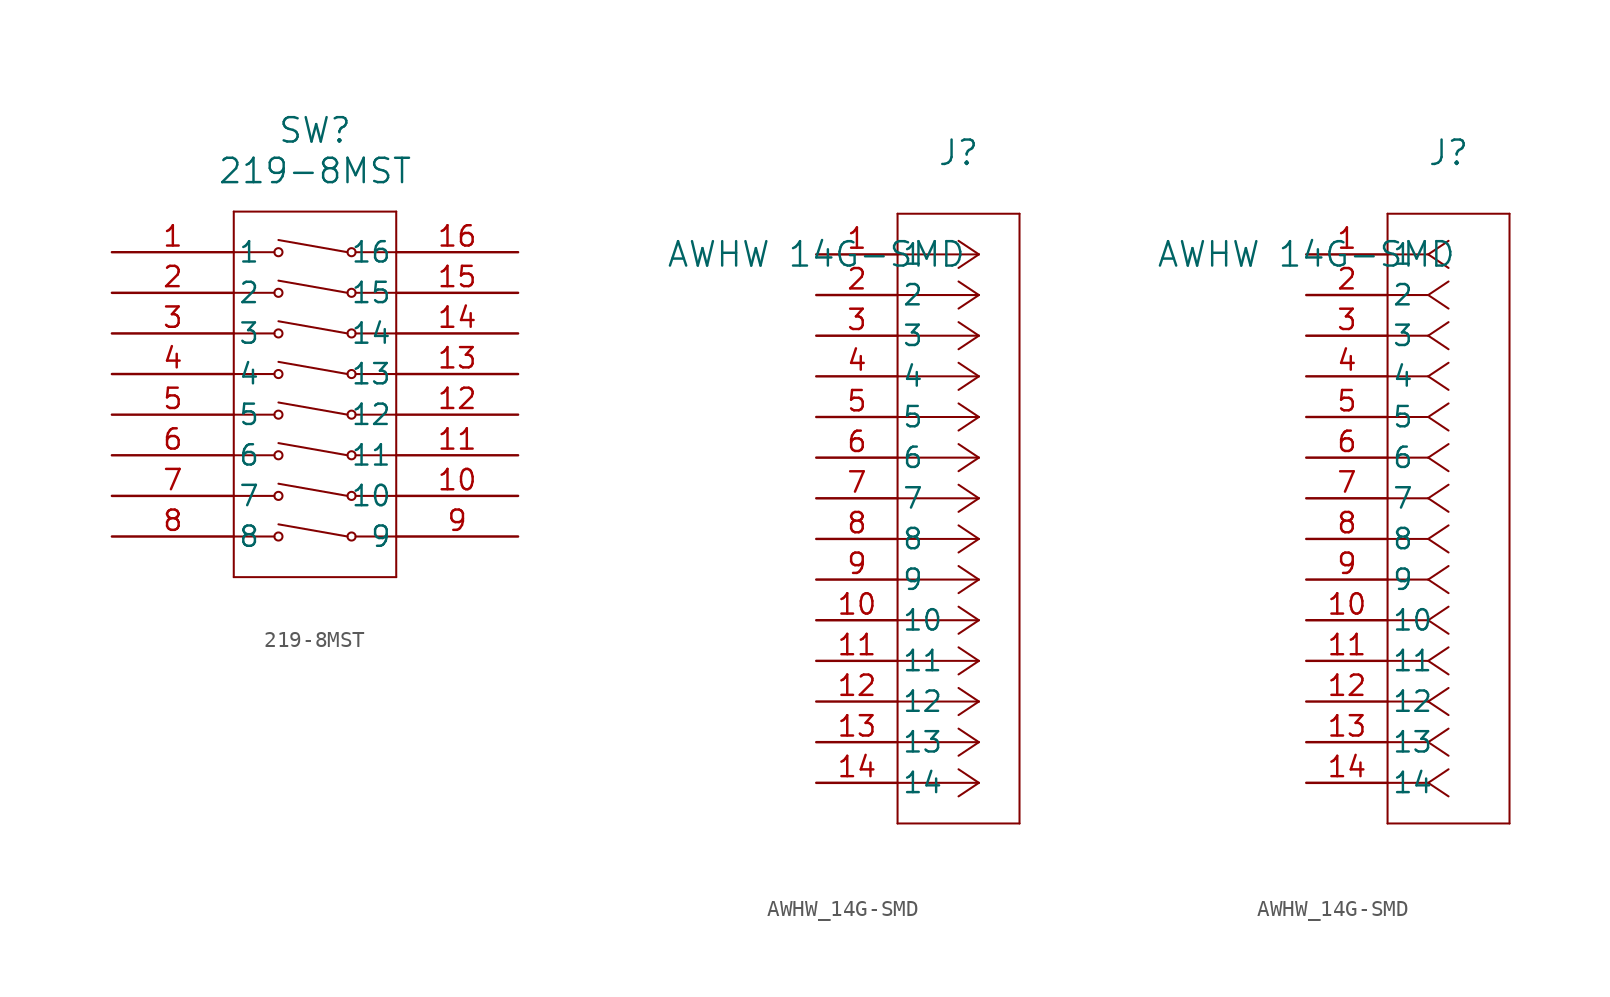
<source format=kicad_sym>
(kicad_symbol_lib
  (version 20241209)
  (generator "kicad_symbol_editor")
  (generator_version "9.0")
  (symbol "219-8MST"
    (pin_names
      (offset 0.254))
    (property "Reference" "SW"
      (at 12.7 7.62 0)
      (effects (font (size 1.524 1.524))))
    (property "Value" "219-8MST"
      (at 12.7 5.08 0)
      (effects (font (size 1.524 1.524))))
    (property "ki_locked" ""
      (at 0 0 0)
      (effects (font (size 1.27 1.27))))
    (symbol "219-8MST_0_1"
      (polyline (pts (xy 7.62 2.54) (xy 7.62 -20.32)) (stroke (width 0.127) (type default)) (fill (type none)))
      (polyline (pts (xy 7.62 0) (xy 10.16 0)) (stroke (width 0.127) (type default)) (fill (type none)))
      (polyline (pts (xy 7.62 -2.54) (xy 10.16 -2.54)) (stroke (width 0.127) (type default)) (fill (type none)))
      (polyline (pts (xy 7.62 -5.08) (xy 10.16 -5.08)) (stroke (width 0.127) (type default)) (fill (type none)))
      (polyline (pts (xy 7.62 -7.62) (xy 10.16 -7.62)) (stroke (width 0.127) (type default)) (fill (type none)))
      (polyline (pts (xy 7.62 -10.16) (xy 10.16 -10.16)) (stroke (width 0.127) (type default)) (fill (type none)))
      (polyline (pts (xy 7.62 -12.7) (xy 10.16 -12.7)) (stroke (width 0.127) (type default)) (fill (type none)))
      (polyline (pts (xy 7.62 -15.24) (xy 10.16 -15.24)) (stroke (width 0.127) (type default)) (fill (type none)))
      (polyline (pts (xy 7.62 -17.78) (xy 10.16 -17.78)) (stroke (width 0.127) (type default)) (fill (type none)))
      (polyline (pts (xy 7.62 -20.32) (xy 17.78 -20.32)) (stroke (width 0.127) (type default)) (fill (type none)))
      (circle (center 10.414 0) (radius 0.254) (stroke (width 0.127) (type default)) (fill (type none)))
      (circle (center 10.414 -2.54) (radius 0.254) (stroke (width 0.127) (type default)) (fill (type none)))
      (circle (center 10.414 -5.08) (radius 0.254) (stroke (width 0.127) (type default)) (fill (type none)))
      (circle (center 10.414 -7.62) (radius 0.254) (stroke (width 0.127) (type default)) (fill (type none)))
      (circle (center 10.414 -10.16) (radius 0.254) (stroke (width 0.127) (type default)) (fill (type none)))
      (circle (center 10.414 -12.7) (radius 0.254) (stroke (width 0.127) (type default)) (fill (type none)))
      (circle (center 10.414 -15.24) (radius 0.254) (stroke (width 0.127) (type default)) (fill (type none)))
      (circle (center 10.414 -17.78) (radius 0.254) (stroke (width 0.127) (type default)) (fill (type none)))
      (polyline (pts (xy 14.732 0) (xy 10.414 0.762)) (stroke (width 0.127) (type default)) (fill (type none)))
      (polyline (pts (xy 14.732 -2.54) (xy 10.414 -1.778)) (stroke (width 0.127) (type default)) (fill (type none)))
      (polyline (pts (xy 14.732 -5.08) (xy 10.414 -4.318)) (stroke (width 0.127) (type default)) (fill (type none)))
      (polyline (pts (xy 14.732 -7.62) (xy 10.414 -6.858)) (stroke (width 0.127) (type default)) (fill (type none)))
      (polyline (pts (xy 14.732 -10.16) (xy 10.414 -9.398)) (stroke (width 0.127) (type default)) (fill (type none)))
      (polyline (pts (xy 14.732 -12.7) (xy 10.414 -11.938)) (stroke (width 0.127) (type default)) (fill (type none)))
      (polyline (pts (xy 14.732 -15.24) (xy 10.414 -14.478)) (stroke (width 0.127) (type default)) (fill (type none)))
      (polyline (pts (xy 14.732 -17.78) (xy 10.414 -17.018)) (stroke (width 0.127) (type default)) (fill (type none)))
      (circle (center 14.986 0) (radius 0.254) (stroke (width 0.127) (type default)) (fill (type none)))
      (circle (center 14.986 -2.54) (radius 0.254) (stroke (width 0.127) (type default)) (fill (type none)))
      (circle (center 14.986 -5.08) (radius 0.254) (stroke (width 0.127) (type default)) (fill (type none)))
      (circle (center 14.986 -7.62) (radius 0.254) (stroke (width 0.127) (type default)) (fill (type none)))
      (circle (center 14.986 -10.16) (radius 0.254) (stroke (width 0.127) (type default)) (fill (type none)))
      (circle (center 14.986 -12.7) (radius 0.254) (stroke (width 0.127) (type default)) (fill (type none)))
      (circle (center 14.986 -15.24) (radius 0.254) (stroke (width 0.127) (type default)) (fill (type none)))
      (circle (center 14.986 -17.78) (radius 0.254) (stroke (width 0.127) (type default)) (fill (type none)))
      (polyline (pts (xy 15.24 0) (xy 17.78 0)) (stroke (width 0.127) (type default)) (fill (type none)))
      (polyline (pts (xy 15.24 -2.54) (xy 17.78 -2.54)) (stroke (width 0.127) (type default)) (fill (type none)))
      (polyline (pts (xy 15.24 -5.08) (xy 17.78 -5.08)) (stroke (width 0.127) (type default)) (fill (type none)))
      (polyline (pts (xy 15.24 -7.62) (xy 17.78 -7.62)) (stroke (width 0.127) (type default)) (fill (type none)))
      (polyline (pts (xy 15.24 -10.16) (xy 17.78 -10.16)) (stroke (width 0.127) (type default)) (fill (type none)))
      (polyline (pts (xy 15.24 -12.7) (xy 17.78 -12.7)) (stroke (width 0.127) (type default)) (fill (type none)))
      (polyline (pts (xy 15.24 -15.24) (xy 17.78 -15.24)) (stroke (width 0.127) (type default)) (fill (type none)))
      (polyline (pts (xy 15.24 -17.78) (xy 17.78 -17.78)) (stroke (width 0.127) (type default)) (fill (type none)))
      (polyline (pts (xy 17.78 2.54) (xy 7.62 2.54)) (stroke (width 0.127) (type default)) (fill (type none)))
      (polyline (pts (xy 17.78 -20.32) (xy 17.78 2.54)) (stroke (width 0.127) (type default)) (fill (type none)))
      (pin unspecified line (at 0 0 0) (length 7.62) (name "1" (effects (font (size 1.27 1.27)))) (number "1" (effects (font (size 1.27 1.27)))))
      (pin unspecified line (at 0 -2.54 0) (length 7.62) (name "2" (effects (font (size 1.27 1.27)))) (number "2" (effects (font (size 1.27 1.27)))))
      (pin unspecified line (at 0 -5.08 0) (length 7.62) (name "3" (effects (font (size 1.27 1.27)))) (number "3" (effects (font (size 1.27 1.27)))))
      (pin unspecified line (at 0 -7.62 0) (length 7.62) (name "4" (effects (font (size 1.27 1.27)))) (number "4" (effects (font (size 1.27 1.27)))))
      (pin unspecified line (at 0 -10.16 0) (length 7.62) (name "5" (effects (font (size 1.27 1.27)))) (number "5" (effects (font (size 1.27 1.27)))))
      (pin unspecified line (at 0 -12.7 0) (length 7.62) (name "6" (effects (font (size 1.27 1.27)))) (number "6" (effects (font (size 1.27 1.27)))))
      (pin unspecified line (at 0 -15.24 0) (length 7.62) (name "7" (effects (font (size 1.27 1.27)))) (number "7" (effects (font (size 1.27 1.27)))))
      (pin unspecified line (at 0 -17.78 0) (length 7.62) (name "8" (effects (font (size 1.27 1.27)))) (number "8" (effects (font (size 1.27 1.27)))))
      (pin unspecified line (at 25.4 0 180) (length 7.62) (name "16" (effects (font (size 1.27 1.27)))) (number "16" (effects (font (size 1.27 1.27)))))
      (pin unspecified line (at 25.4 -2.54 180) (length 7.62) (name "15" (effects (font (size 1.27 1.27)))) (number "15" (effects (font (size 1.27 1.27)))))
      (pin unspecified line (at 25.4 -5.08 180) (length 7.62) (name "14" (effects (font (size 1.27 1.27)))) (number "14" (effects (font (size 1.27 1.27)))))
      (pin unspecified line (at 25.4 -7.62 180) (length 7.62) (name "13" (effects (font (size 1.27 1.27)))) (number "13" (effects (font (size 1.27 1.27)))))
      (pin unspecified line (at 25.4 -10.16 180) (length 7.62) (name "12" (effects (font (size 1.27 1.27)))) (number "12" (effects (font (size 1.27 1.27)))))
      (pin unspecified line (at 25.4 -12.7 180) (length 7.62) (name "11" (effects (font (size 1.27 1.27)))) (number "11" (effects (font (size 1.27 1.27)))))
      (pin unspecified line (at 25.4 -15.24 180) (length 7.62) (name "10" (effects (font (size 1.27 1.27)))) (number "10" (effects (font (size 1.27 1.27)))))
      (pin unspecified line (at 25.4 -17.78 180) (length 7.62) (name "9" (effects (font (size 1.27 1.27)))) (number "9" (effects (font (size 1.27 1.27)))))))
  (symbol "AWHW_14G-SMD"
    (pin_names
      (offset 0.254))
    (property "Reference" "J"
      (at 8.89 6.35 0)
      (effects (font (size 1.524 1.524))))
    (property "Value" "AWHW 14G-SMD"
      (at 0 0 0)
      (effects (font (size 1.524 1.524))))
    (property "ki_locked" ""
      (at 0 0 0)
      (effects (font (size 1.27 1.27))))
    (symbol "AWHW_14G-SMD_1_1"
      (polyline (pts (xy 5.08 2.54) (xy 5.08 -35.56)) (stroke (width 0.127) (type default)) (fill (type none)))
      (polyline (pts (xy 5.08 -35.56) (xy 12.7 -35.56)) (stroke (width 0.127) (type default)) (fill (type none)))
      (polyline (pts (xy 10.16 0) (xy 5.08 0)) (stroke (width 0.127) (type default)) (fill (type none)))
      (polyline (pts (xy 10.16 0) (xy 8.89 0.847)) (stroke (width 0.127) (type default)) (fill (type none)))
      (polyline (pts (xy 10.16 0) (xy 8.89 -0.847)) (stroke (width 0.127) (type default)) (fill (type none)))
      (polyline (pts (xy 10.16 -2.54) (xy 5.08 -2.54)) (stroke (width 0.127) (type default)) (fill (type none)))
      (polyline (pts (xy 10.16 -2.54) (xy 8.89 -1.693)) (stroke (width 0.127) (type default)) (fill (type none)))
      (polyline (pts (xy 10.16 -2.54) (xy 8.89 -3.387)) (stroke (width 0.127) (type default)) (fill (type none)))
      (polyline (pts (xy 10.16 -5.08) (xy 5.08 -5.08)) (stroke (width 0.127) (type default)) (fill (type none)))
      (polyline (pts (xy 10.16 -5.08) (xy 8.89 -4.233)) (stroke (width 0.127) (type default)) (fill (type none)))
      (polyline (pts (xy 10.16 -5.08) (xy 8.89 -5.927)) (stroke (width 0.127) (type default)) (fill (type none)))
      (polyline (pts (xy 10.16 -7.62) (xy 5.08 -7.62)) (stroke (width 0.127) (type default)) (fill (type none)))
      (polyline (pts (xy 10.16 -7.62) (xy 8.89 -6.773)) (stroke (width 0.127) (type default)) (fill (type none)))
      (polyline (pts (xy 10.16 -7.62) (xy 8.89 -8.467)) (stroke (width 0.127) (type default)) (fill (type none)))
      (polyline (pts (xy 10.16 -10.16) (xy 5.08 -10.16)) (stroke (width 0.127) (type default)) (fill (type none)))
      (polyline (pts (xy 10.16 -10.16) (xy 8.89 -9.313)) (stroke (width 0.127) (type default)) (fill (type none)))
      (polyline (pts (xy 10.16 -10.16) (xy 8.89 -11.007)) (stroke (width 0.127) (type default)) (fill (type none)))
      (polyline (pts (xy 10.16 -12.7) (xy 5.08 -12.7)) (stroke (width 0.127) (type default)) (fill (type none)))
      (polyline (pts (xy 10.16 -12.7) (xy 8.89 -11.853)) (stroke (width 0.127) (type default)) (fill (type none)))
      (polyline (pts (xy 10.16 -12.7) (xy 8.89 -13.547)) (stroke (width 0.127) (type default)) (fill (type none)))
      (polyline (pts (xy 10.16 -15.24) (xy 5.08 -15.24)) (stroke (width 0.127) (type default)) (fill (type none)))
      (polyline (pts (xy 10.16 -15.24) (xy 8.89 -14.393)) (stroke (width 0.127) (type default)) (fill (type none)))
      (polyline (pts (xy 10.16 -15.24) (xy 8.89 -16.087)) (stroke (width 0.127) (type default)) (fill (type none)))
      (polyline (pts (xy 10.16 -17.78) (xy 5.08 -17.78)) (stroke (width 0.127) (type default)) (fill (type none)))
      (polyline (pts (xy 10.16 -17.78) (xy 8.89 -16.933)) (stroke (width 0.127) (type default)) (fill (type none)))
      (polyline (pts (xy 10.16 -17.78) (xy 8.89 -18.627)) (stroke (width 0.127) (type default)) (fill (type none)))
      (polyline (pts (xy 10.16 -20.32) (xy 5.08 -20.32)) (stroke (width 0.127) (type default)) (fill (type none)))
      (polyline (pts (xy 10.16 -20.32) (xy 8.89 -19.473)) (stroke (width 0.127) (type default)) (fill (type none)))
      (polyline (pts (xy 10.16 -20.32) (xy 8.89 -21.167)) (stroke (width 0.127) (type default)) (fill (type none)))
      (polyline (pts (xy 10.16 -22.86) (xy 5.08 -22.86)) (stroke (width 0.127) (type default)) (fill (type none)))
      (polyline (pts (xy 10.16 -22.86) (xy 8.89 -22.013)) (stroke (width 0.127) (type default)) (fill (type none)))
      (polyline (pts (xy 10.16 -22.86) (xy 8.89 -23.707)) (stroke (width 0.127) (type default)) (fill (type none)))
      (polyline (pts (xy 10.16 -25.4) (xy 5.08 -25.4)) (stroke (width 0.127) (type default)) (fill (type none)))
      (polyline (pts (xy 10.16 -25.4) (xy 8.89 -24.553)) (stroke (width 0.127) (type default)) (fill (type none)))
      (polyline (pts (xy 10.16 -25.4) (xy 8.89 -26.247)) (stroke (width 0.127) (type default)) (fill (type none)))
      (polyline (pts (xy 10.16 -27.94) (xy 5.08 -27.94)) (stroke (width 0.127) (type default)) (fill (type none)))
      (polyline (pts (xy 10.16 -27.94) (xy 8.89 -27.093)) (stroke (width 0.127) (type default)) (fill (type none)))
      (polyline (pts (xy 10.16 -27.94) (xy 8.89 -28.787)) (stroke (width 0.127) (type default)) (fill (type none)))
      (polyline (pts (xy 10.16 -30.48) (xy 5.08 -30.48)) (stroke (width 0.127) (type default)) (fill (type none)))
      (polyline (pts (xy 10.16 -30.48) (xy 8.89 -29.633)) (stroke (width 0.127) (type default)) (fill (type none)))
      (polyline (pts (xy 10.16 -30.48) (xy 8.89 -31.327)) (stroke (width 0.127) (type default)) (fill (type none)))
      (polyline (pts (xy 10.16 -33.02) (xy 5.08 -33.02)) (stroke (width 0.127) (type default)) (fill (type none)))
      (polyline (pts (xy 10.16 -33.02) (xy 8.89 -32.173)) (stroke (width 0.127) (type default)) (fill (type none)))
      (polyline (pts (xy 10.16 -33.02) (xy 8.89 -33.867)) (stroke (width 0.127) (type default)) (fill (type none)))
      (polyline (pts (xy 12.7 2.54) (xy 5.08 2.54)) (stroke (width 0.127) (type default)) (fill (type none)))
      (polyline (pts (xy 12.7 -35.56) (xy 12.7 2.54)) (stroke (width 0.127) (type default)) (fill (type none)))
      (pin unspecified line (at 0 0 0) (length 5.08) (name "1" (effects (font (size 1.27 1.27)))) (number "1" (effects (font (size 1.27 1.27)))))
      (pin unspecified line (at 0 -2.54 0) (length 5.08) (name "2" (effects (font (size 1.27 1.27)))) (number "2" (effects (font (size 1.27 1.27)))))
      (pin unspecified line (at 0 -5.08 0) (length 5.08) (name "3" (effects (font (size 1.27 1.27)))) (number "3" (effects (font (size 1.27 1.27)))))
      (pin unspecified line (at 0 -7.62 0) (length 5.08) (name "4" (effects (font (size 1.27 1.27)))) (number "4" (effects (font (size 1.27 1.27)))))
      (pin unspecified line (at 0 -10.16 0) (length 5.08) (name "5" (effects (font (size 1.27 1.27)))) (number "5" (effects (font (size 1.27 1.27)))))
      (pin unspecified line (at 0 -12.7 0) (length 5.08) (name "6" (effects (font (size 1.27 1.27)))) (number "6" (effects (font (size 1.27 1.27)))))
      (pin unspecified line (at 0 -15.24 0) (length 5.08) (name "7" (effects (font (size 1.27 1.27)))) (number "7" (effects (font (size 1.27 1.27)))))
      (pin unspecified line (at 0 -17.78 0) (length 5.08) (name "8" (effects (font (size 1.27 1.27)))) (number "8" (effects (font (size 1.27 1.27)))))
      (pin unspecified line (at 0 -20.32 0) (length 5.08) (name "9" (effects (font (size 1.27 1.27)))) (number "9" (effects (font (size 1.27 1.27)))))
      (pin unspecified line (at 0 -22.86 0) (length 5.08) (name "10" (effects (font (size 1.27 1.27)))) (number "10" (effects (font (size 1.27 1.27)))))
      (pin unspecified line (at 0 -25.4 0) (length 5.08) (name "11" (effects (font (size 1.27 1.27)))) (number "11" (effects (font (size 1.27 1.27)))))
      (pin unspecified line (at 0 -27.94 0) (length 5.08) (name "12" (effects (font (size 1.27 1.27)))) (number "12" (effects (font (size 1.27 1.27)))))
      (pin unspecified line (at 0 -30.48 0) (length 5.08) (name "13" (effects (font (size 1.27 1.27)))) (number "13" (effects (font (size 1.27 1.27)))))
      (pin unspecified line (at 0 -33.02 0) (length 5.08) (name "14" (effects (font (size 1.27 1.27)))) (number "14" (effects (font (size 1.27 1.27))))))
    (symbol "AWHW_14G-SMD_1_2"
      (polyline (pts (xy 5.08 2.54) (xy 5.08 -35.56)) (stroke (width 0.127) (type default)) (fill (type none)))
      (polyline (pts (xy 5.08 -35.56) (xy 12.7 -35.56)) (stroke (width 0.127) (type default)) (fill (type none)))
      (polyline (pts (xy 7.62 0) (xy 5.08 0)) (stroke (width 0.127) (type default)) (fill (type none)))
      (polyline (pts (xy 7.62 0) (xy 8.89 0.847)) (stroke (width 0.127) (type default)) (fill (type none)))
      (polyline (pts (xy 7.62 0) (xy 8.89 -0.847)) (stroke (width 0.127) (type default)) (fill (type none)))
      (polyline (pts (xy 7.62 -2.54) (xy 5.08 -2.54)) (stroke (width 0.127) (type default)) (fill (type none)))
      (polyline (pts (xy 7.62 -2.54) (xy 8.89 -1.693)) (stroke (width 0.127) (type default)) (fill (type none)))
      (polyline (pts (xy 7.62 -2.54) (xy 8.89 -3.387)) (stroke (width 0.127) (type default)) (fill (type none)))
      (polyline (pts (xy 7.62 -5.08) (xy 5.08 -5.08)) (stroke (width 0.127) (type default)) (fill (type none)))
      (polyline (pts (xy 7.62 -5.08) (xy 8.89 -4.233)) (stroke (width 0.127) (type default)) (fill (type none)))
      (polyline (pts (xy 7.62 -5.08) (xy 8.89 -5.927)) (stroke (width 0.127) (type default)) (fill (type none)))
      (polyline (pts (xy 7.62 -7.62) (xy 5.08 -7.62)) (stroke (width 0.127) (type default)) (fill (type none)))
      (polyline (pts (xy 7.62 -7.62) (xy 8.89 -6.773)) (stroke (width 0.127) (type default)) (fill (type none)))
      (polyline (pts (xy 7.62 -7.62) (xy 8.89 -8.467)) (stroke (width 0.127) (type default)) (fill (type none)))
      (polyline (pts (xy 7.62 -10.16) (xy 5.08 -10.16)) (stroke (width 0.127) (type default)) (fill (type none)))
      (polyline (pts (xy 7.62 -10.16) (xy 8.89 -9.313)) (stroke (width 0.127) (type default)) (fill (type none)))
      (polyline (pts (xy 7.62 -10.16) (xy 8.89 -11.007)) (stroke (width 0.127) (type default)) (fill (type none)))
      (polyline (pts (xy 7.62 -12.7) (xy 5.08 -12.7)) (stroke (width 0.127) (type default)) (fill (type none)))
      (polyline (pts (xy 7.62 -12.7) (xy 8.89 -11.853)) (stroke (width 0.127) (type default)) (fill (type none)))
      (polyline (pts (xy 7.62 -12.7) (xy 8.89 -13.547)) (stroke (width 0.127) (type default)) (fill (type none)))
      (polyline (pts (xy 7.62 -15.24) (xy 5.08 -15.24)) (stroke (width 0.127) (type default)) (fill (type none)))
      (polyline (pts (xy 7.62 -15.24) (xy 8.89 -14.393)) (stroke (width 0.127) (type default)) (fill (type none)))
      (polyline (pts (xy 7.62 -15.24) (xy 8.89 -16.087)) (stroke (width 0.127) (type default)) (fill (type none)))
      (polyline (pts (xy 7.62 -17.78) (xy 5.08 -17.78)) (stroke (width 0.127) (type default)) (fill (type none)))
      (polyline (pts (xy 7.62 -17.78) (xy 8.89 -16.933)) (stroke (width 0.127) (type default)) (fill (type none)))
      (polyline (pts (xy 7.62 -17.78) (xy 8.89 -18.627)) (stroke (width 0.127) (type default)) (fill (type none)))
      (polyline (pts (xy 7.62 -20.32) (xy 5.08 -20.32)) (stroke (width 0.127) (type default)) (fill (type none)))
      (polyline (pts (xy 7.62 -20.32) (xy 8.89 -19.473)) (stroke (width 0.127) (type default)) (fill (type none)))
      (polyline (pts (xy 7.62 -20.32) (xy 8.89 -21.167)) (stroke (width 0.127) (type default)) (fill (type none)))
      (polyline (pts (xy 7.62 -22.86) (xy 5.08 -22.86)) (stroke (width 0.127) (type default)) (fill (type none)))
      (polyline (pts (xy 7.62 -22.86) (xy 8.89 -22.013)) (stroke (width 0.127) (type default)) (fill (type none)))
      (polyline (pts (xy 7.62 -22.86) (xy 8.89 -23.707)) (stroke (width 0.127) (type default)) (fill (type none)))
      (polyline (pts (xy 7.62 -25.4) (xy 5.08 -25.4)) (stroke (width 0.127) (type default)) (fill (type none)))
      (polyline (pts (xy 7.62 -25.4) (xy 8.89 -24.553)) (stroke (width 0.127) (type default)) (fill (type none)))
      (polyline (pts (xy 7.62 -25.4) (xy 8.89 -26.247)) (stroke (width 0.127) (type default)) (fill (type none)))
      (polyline (pts (xy 7.62 -27.94) (xy 5.08 -27.94)) (stroke (width 0.127) (type default)) (fill (type none)))
      (polyline (pts (xy 7.62 -27.94) (xy 8.89 -27.093)) (stroke (width 0.127) (type default)) (fill (type none)))
      (polyline (pts (xy 7.62 -27.94) (xy 8.89 -28.787)) (stroke (width 0.127) (type default)) (fill (type none)))
      (polyline (pts (xy 7.62 -30.48) (xy 5.08 -30.48)) (stroke (width 0.127) (type default)) (fill (type none)))
      (polyline (pts (xy 7.62 -30.48) (xy 8.89 -29.633)) (stroke (width 0.127) (type default)) (fill (type none)))
      (polyline (pts (xy 7.62 -30.48) (xy 8.89 -31.327)) (stroke (width 0.127) (type default)) (fill (type none)))
      (polyline (pts (xy 7.62 -33.02) (xy 5.08 -33.02)) (stroke (width 0.127) (type default)) (fill (type none)))
      (polyline (pts (xy 7.62 -33.02) (xy 8.89 -32.173)) (stroke (width 0.127) (type default)) (fill (type none)))
      (polyline (pts (xy 7.62 -33.02) (xy 8.89 -33.867)) (stroke (width 0.127) (type default)) (fill (type none)))
      (polyline (pts (xy 12.7 2.54) (xy 5.08 2.54)) (stroke (width 0.127) (type default)) (fill (type none)))
      (polyline (pts (xy 12.7 -35.56) (xy 12.7 2.54)) (stroke (width 0.127) (type default)) (fill (type none)))
      (pin unspecified line (at 0 0 0) (length 5.08) (name "1" (effects (font (size 1.27 1.27)))) (number "1" (effects (font (size 1.27 1.27)))))
      (pin unspecified line (at 0 -2.54 0) (length 5.08) (name "2" (effects (font (size 1.27 1.27)))) (number "2" (effects (font (size 1.27 1.27)))))
      (pin unspecified line (at 0 -5.08 0) (length 5.08) (name "3" (effects (font (size 1.27 1.27)))) (number "3" (effects (font (size 1.27 1.27)))))
      (pin unspecified line (at 0 -7.62 0) (length 5.08) (name "4" (effects (font (size 1.27 1.27)))) (number "4" (effects (font (size 1.27 1.27)))))
      (pin unspecified line (at 0 -10.16 0) (length 5.08) (name "5" (effects (font (size 1.27 1.27)))) (number "5" (effects (font (size 1.27 1.27)))))
      (pin unspecified line (at 0 -12.7 0) (length 5.08) (name "6" (effects (font (size 1.27 1.27)))) (number "6" (effects (font (size 1.27 1.27)))))
      (pin unspecified line (at 0 -15.24 0) (length 5.08) (name "7" (effects (font (size 1.27 1.27)))) (number "7" (effects (font (size 1.27 1.27)))))
      (pin unspecified line (at 0 -17.78 0) (length 5.08) (name "8" (effects (font (size 1.27 1.27)))) (number "8" (effects (font (size 1.27 1.27)))))
      (pin unspecified line (at 0 -20.32 0) (length 5.08) (name "9" (effects (font (size 1.27 1.27)))) (number "9" (effects (font (size 1.27 1.27)))))
      (pin unspecified line (at 0 -22.86 0) (length 5.08) (name "10" (effects (font (size 1.27 1.27)))) (number "10" (effects (font (size 1.27 1.27)))))
      (pin unspecified line (at 0 -25.4 0) (length 5.08) (name "11" (effects (font (size 1.27 1.27)))) (number "11" (effects (font (size 1.27 1.27)))))
      (pin unspecified line (at 0 -27.94 0) (length 5.08) (name "12" (effects (font (size 1.27 1.27)))) (number "12" (effects (font (size 1.27 1.27)))))
      (pin unspecified line (at 0 -30.48 0) (length 5.08) (name "13" (effects (font (size 1.27 1.27)))) (number "13" (effects (font (size 1.27 1.27)))))
      (pin unspecified line (at 0 -33.02 0) (length 5.08) (name "14" (effects (font (size 1.27 1.27)))) (number "14" (effects (font (size 1.27 1.27))))))))
</source>
